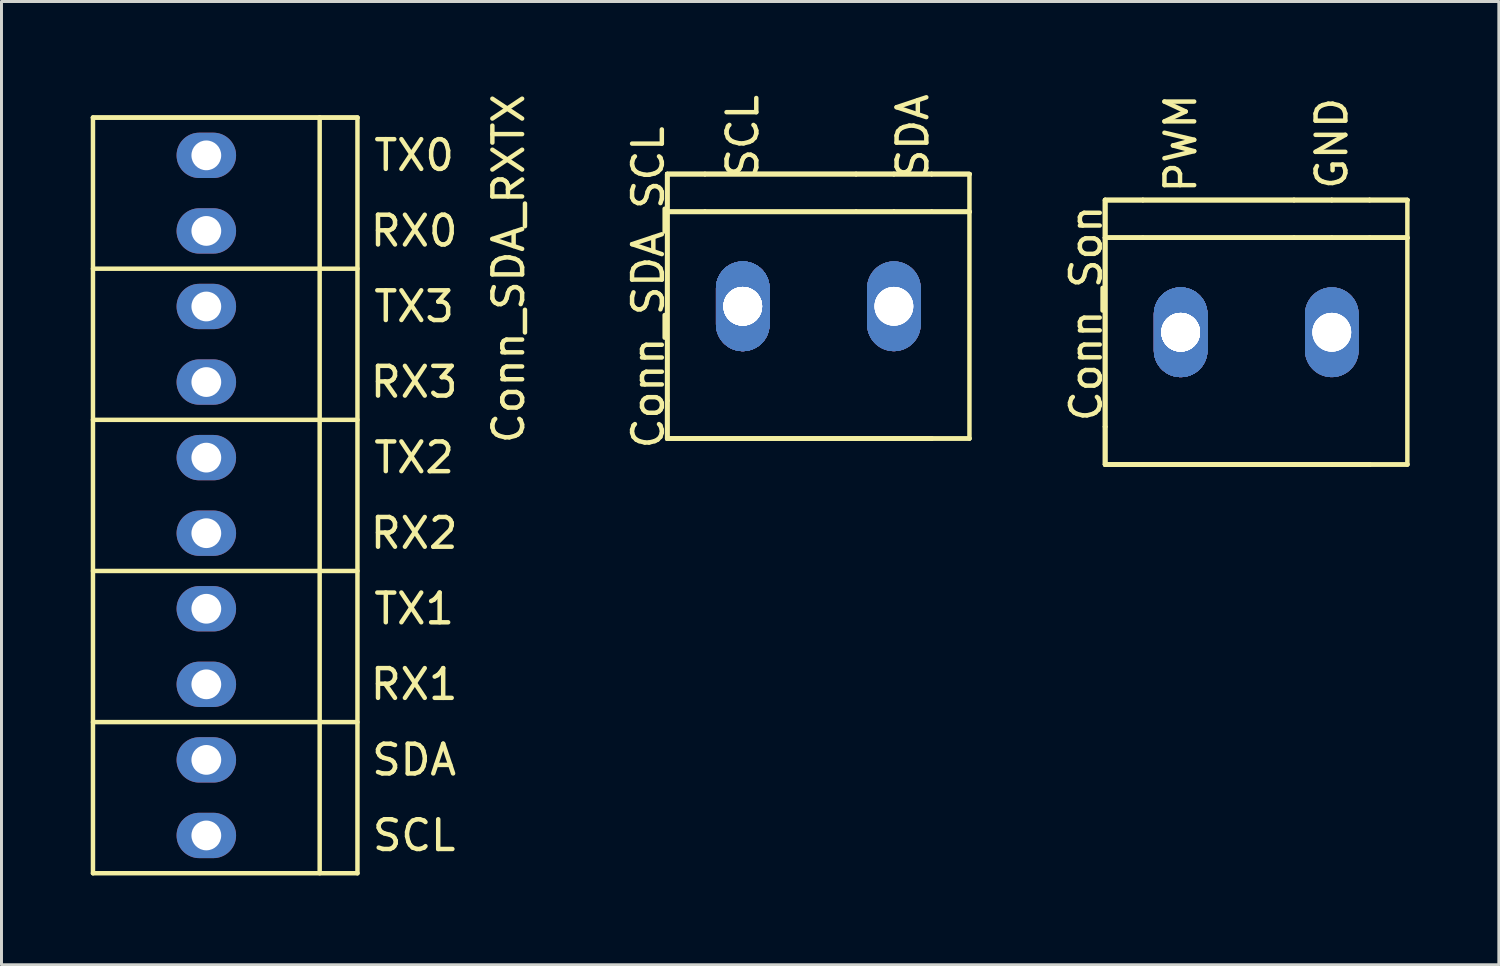
<source format=kicad_pcb>
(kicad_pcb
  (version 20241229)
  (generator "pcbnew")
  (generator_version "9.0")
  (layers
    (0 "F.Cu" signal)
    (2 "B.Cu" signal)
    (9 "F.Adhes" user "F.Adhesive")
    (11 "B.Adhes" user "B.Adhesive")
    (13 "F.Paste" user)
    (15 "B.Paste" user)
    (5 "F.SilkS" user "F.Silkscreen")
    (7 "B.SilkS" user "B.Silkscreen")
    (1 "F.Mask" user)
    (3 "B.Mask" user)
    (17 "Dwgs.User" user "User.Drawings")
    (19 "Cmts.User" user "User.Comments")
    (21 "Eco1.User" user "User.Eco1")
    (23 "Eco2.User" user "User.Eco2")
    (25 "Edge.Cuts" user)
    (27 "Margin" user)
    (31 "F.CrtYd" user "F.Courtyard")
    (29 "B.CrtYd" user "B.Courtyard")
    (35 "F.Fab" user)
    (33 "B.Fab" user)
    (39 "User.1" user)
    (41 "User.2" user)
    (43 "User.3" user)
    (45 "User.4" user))
  (footprint "Conn_SDA_SCL"
    (layer "F.Cu")
    (at 24.456 7.245)
    (property "Reference" "Conn_SDA_SCL" (at -5.715 -0.635 90) (layer "F.SilkS") (effects (font (size 1 1) (thickness 0.15))))
    (attr exclude_from_pos_files exclude_from_bom)
    (fp_line (start -5.08 -4.445) (end -3.81 -4.445) (stroke (width 0.15) (type solid)) (layer "F.SilkS"))
    (fp_line (start -5.08 -4.445) (end -3.81 -4.445) (stroke (width 0.15) (type solid)) (layer "F.SilkS"))
    (fp_line (start -5.08 -4.445) (end -3.81 -4.445) (stroke (width 0.15) (type solid)) (layer "F.SilkS"))
    (fp_line (start -5.08 -4.445) (end -3.81 -4.445) (stroke (width 0.15) (type solid)) (layer "F.SilkS"))
    (fp_line (start -5.08 -3.175) (end -5.08 -4.445) (stroke (width 0.15) (type solid)) (layer "F.SilkS"))
    (fp_line (start -5.08 -3.175) (end -5.08 -4.445) (stroke (width 0.15) (type solid)) (layer "F.SilkS"))
    (fp_line (start -5.08 -3.175) (end -5.08 -4.445) (stroke (width 0.15) (type solid)) (layer "F.SilkS"))
    (fp_line (start -5.08 -3.175) (end -5.08 -4.445) (stroke (width 0.15) (type solid)) (layer "F.SilkS"))
    (fp_line (start -5.08 -3.175) (end -5.08 3.175) (stroke (width 0.15) (type solid)) (layer "F.SilkS"))
    (fp_line (start -5.08 -3.175) (end -5.08 3.175) (stroke (width 0.15) (type solid)) (layer "F.SilkS"))
    (fp_line (start -5.08 -3.175) (end -5.08 3.175) (stroke (width 0.15) (type solid)) (layer "F.SilkS"))
    (fp_line (start -5.08 -3.175) (end -5.08 3.175) (stroke (width 0.15) (type solid)) (layer "F.SilkS"))
    (fp_line (start -5.08 -3.175) (end -3.81 -3.175) (stroke (width 0.15) (type solid)) (layer "F.SilkS"))
    (fp_line (start -5.08 -3.175) (end -3.81 -3.175) (stroke (width 0.15) (type solid)) (layer "F.SilkS"))
    (fp_line (start -5.08 -3.175) (end -3.81 -3.175) (stroke (width 0.15) (type solid)) (layer "F.SilkS"))
    (fp_line (start -5.08 -3.175) (end -3.81 -3.175) (stroke (width 0.15) (type solid)) (layer "F.SilkS"))
    (fp_line (start -5.08 4.445) (end -5.08 3.175) (stroke (width 0.15) (type solid)) (layer "F.SilkS"))
    (fp_line (start -5.08 4.445) (end -5.08 3.175) (stroke (width 0.15) (type solid)) (layer "F.SilkS"))
    (fp_line (start -5.08 4.445) (end -5.08 3.175) (stroke (width 0.15) (type solid)) (layer "F.SilkS"))
    (fp_line (start -5.08 4.445) (end -5.08 3.175) (stroke (width 0.15) (type solid)) (layer "F.SilkS"))
    (fp_line (start -3.81 -4.445) (end 1.27 -4.445) (stroke (width 0.15) (type solid)) (layer "F.SilkS"))
    (fp_line (start -3.81 -4.445) (end 1.27 -4.445) (stroke (width 0.15) (type solid)) (layer "F.SilkS"))
    (fp_line (start -3.81 -4.445) (end 1.27 -4.445) (stroke (width 0.15) (type solid)) (layer "F.SilkS"))
    (fp_line (start -3.81 -4.445) (end 1.27 -4.445) (stroke (width 0.15) (type solid)) (layer "F.SilkS"))
    (fp_line (start -3.81 4.445) (end -5.08 4.445) (stroke (width 0.15) (type solid)) (layer "F.SilkS"))
    (fp_line (start -3.81 4.445) (end -5.08 4.445) (stroke (width 0.15) (type solid)) (layer "F.SilkS"))
    (fp_line (start -3.81 4.445) (end -5.08 4.445) (stroke (width 0.15) (type solid)) (layer "F.SilkS"))
    (fp_line (start -3.81 4.445) (end -5.08 4.445) (stroke (width 0.15) (type solid)) (layer "F.SilkS"))
    (fp_line (start 1.27 -4.445) (end 2.54 -4.445) (stroke (width 0.15) (type solid)) (layer "F.SilkS"))
    (fp_line (start 1.27 -4.445) (end 2.54 -4.445) (stroke (width 0.15) (type solid)) (layer "F.SilkS"))
    (fp_line (start 1.27 -4.445) (end 2.54 -4.445) (stroke (width 0.15) (type solid)) (layer "F.SilkS"))
    (fp_line (start 1.27 -4.445) (end 2.54 -4.445) (stroke (width 0.15) (type solid)) (layer "F.SilkS"))
    (fp_line (start 1.27 -3.175) (end -3.81 -3.175) (stroke (width 0.15) (type solid)) (layer "F.SilkS"))
    (fp_line (start 1.27 -3.175) (end -3.81 -3.175) (stroke (width 0.15) (type solid)) (layer "F.SilkS"))
    (fp_line (start 1.27 -3.175) (end -3.81 -3.175) (stroke (width 0.15) (type solid)) (layer "F.SilkS"))
    (fp_line (start 1.27 -3.175) (end -3.81 -3.175) (stroke (width 0.15) (type solid)) (layer "F.SilkS"))
    (fp_line (start 1.27 -3.175) (end 2.54 -3.175) (stroke (width 0.15) (type solid)) (layer "F.SilkS"))
    (fp_line (start 1.27 -3.175) (end 2.54 -3.175) (stroke (width 0.15) (type solid)) (layer "F.SilkS"))
    (fp_line (start 1.27 -3.175) (end 2.54 -3.175) (stroke (width 0.15) (type solid)) (layer "F.SilkS"))
    (fp_line (start 1.27 -3.175) (end 2.54 -3.175) (stroke (width 0.15) (type solid)) (layer "F.SilkS"))
    (fp_line (start 1.27 4.445) (end -3.81 4.445) (stroke (width 0.15) (type solid)) (layer "F.SilkS"))
    (fp_line (start 1.27 4.445) (end -3.81 4.445) (stroke (width 0.15) (type solid)) (layer "F.SilkS"))
    (fp_line (start 1.27 4.445) (end -3.81 4.445) (stroke (width 0.15) (type solid)) (layer "F.SilkS"))
    (fp_line (start 1.27 4.445) (end -3.81 4.445) (stroke (width 0.15) (type solid)) (layer "F.SilkS"))
    (fp_line (start 1.27 4.445) (end 2.54 4.445) (stroke (width 0.15) (type solid)) (layer "F.SilkS"))
    (fp_line (start 1.27 4.445) (end 2.54 4.445) (stroke (width 0.15) (type solid)) (layer "F.SilkS"))
    (fp_line (start 1.27 4.445) (end 2.54 4.445) (stroke (width 0.15) (type solid)) (layer "F.SilkS"))
    (fp_line (start 1.27 4.445) (end 2.54 4.445) (stroke (width 0.15) (type solid)) (layer "F.SilkS"))
    (fp_line (start 2.54 -4.445) (end 3.81 -4.445) (stroke (width 0.15) (type solid)) (layer "F.SilkS"))
    (fp_line (start 2.54 -4.445) (end 3.81 -4.445) (stroke (width 0.15) (type solid)) (layer "F.SilkS"))
    (fp_line (start 2.54 -4.445) (end 3.81 -4.445) (stroke (width 0.15) (type solid)) (layer "F.SilkS"))
    (fp_line (start 2.54 -4.445) (end 3.81 -4.445) (stroke (width 0.15) (type solid)) (layer "F.SilkS"))
    (fp_line (start 2.54 -3.175) (end 3.81 -3.175) (stroke (width 0.15) (type solid)) (layer "F.SilkS"))
    (fp_line (start 2.54 -3.175) (end 3.81 -3.175) (stroke (width 0.15) (type solid)) (layer "F.SilkS"))
    (fp_line (start 2.54 -3.175) (end 3.81 -3.175) (stroke (width 0.15) (type solid)) (layer "F.SilkS"))
    (fp_line (start 2.54 -3.175) (end 3.81 -3.175) (stroke (width 0.15) (type solid)) (layer "F.SilkS"))
    (fp_line (start 2.54 4.445) (end 3.81 4.445) (stroke (width 0.15) (type solid)) (layer "F.SilkS"))
    (fp_line (start 2.54 4.445) (end 3.81 4.445) (stroke (width 0.15) (type solid)) (layer "F.SilkS"))
    (fp_line (start 2.54 4.445) (end 3.81 4.445) (stroke (width 0.15) (type solid)) (layer "F.SilkS"))
    (fp_line (start 2.54 4.445) (end 3.81 4.445) (stroke (width 0.15) (type solid)) (layer "F.SilkS"))
    (fp_line (start 3.81 -4.445) (end 5.08 -4.445) (stroke (width 0.15) (type solid)) (layer "F.SilkS"))
    (fp_line (start 3.81 -4.445) (end 5.08 -4.445) (stroke (width 0.15) (type solid)) (layer "F.SilkS"))
    (fp_line (start 3.81 -4.445) (end 5.08 -4.445) (stroke (width 0.15) (type solid)) (layer "F.SilkS"))
    (fp_line (start 3.81 -4.445) (end 5.08 -4.445) (stroke (width 0.15) (type solid)) (layer "F.SilkS"))
    (fp_line (start 3.81 -3.175) (end 5.08 -3.175) (stroke (width 0.15) (type solid)) (layer "F.SilkS"))
    (fp_line (start 3.81 -3.175) (end 5.08 -3.175) (stroke (width 0.15) (type solid)) (layer "F.SilkS"))
    (fp_line (start 3.81 -3.175) (end 5.08 -3.175) (stroke (width 0.15) (type solid)) (layer "F.SilkS"))
    (fp_line (start 3.81 -3.175) (end 5.08 -3.175) (stroke (width 0.15) (type solid)) (layer "F.SilkS"))
    (fp_line (start 5.08 -4.445) (end 5.08 4.445) (stroke (width 0.15) (type solid)) (layer "F.SilkS"))
    (fp_line (start 5.08 4.445) (end 3.81 4.445) (stroke (width 0.15) (type solid)) (layer "F.SilkS"))
    (fp_line (start 5.08 4.445) (end 3.81 4.445) (stroke (width 0.15) (type solid)) (layer "F.SilkS"))
    (fp_text user "SDA" (at 3.175 -5.715 90) (layer "F.SilkS") (effects (font (size 1 1) (thickness 0.15))))
    (fp_text user "SCL" (at -2.54 -5.715 90) (layer "F.SilkS") (effects (font (size 1 1) (thickness 0.15))))
    (pad "1" thru_hole oval (at -2.54 0) (size 1.8 3.015) (drill 1.3) (layers "*.Cu" "*.Mask"))
    (pad "1" thru_hole oval (at -2.54 0) (size 1.8 3.015) (drill 1.3) (layers "*.Cu" "*.Mask"))
    (pad "1" thru_hole oval (at -2.54 0) (size 1.8 3.015) (drill 1.3) (layers "*.Cu" "*.Mask"))
    (pad "1" thru_hole oval (at -2.54 0) (size 1.8 3.015) (drill 1.3) (layers "*.Cu" "*.Mask"))
    (pad "1" thru_hole oval (at -2.54 0) (size 1.8 3.015) (drill 1.3) (layers "*.Cu" "*.Mask"))
    (pad "1" thru_hole oval (at -2.54 0) (size 1.8 3.015) (drill 1.3) (layers "*.Cu" "*.Mask"))
    (pad "1" thru_hole oval (at -2.54 0) (size 1.8 3.015) (drill 1.3) (layers "*.Cu" "*.Mask"))
    (pad "1" thru_hole oval (at -2.54 0) (size 1.8 3.015) (drill 1.3) (layers "*.Cu" "*.Mask"))
    (pad "2" thru_hole oval (at 2.54 0) (size 1.8 3.015) (drill 1.3) (layers "*.Cu" "*.Mask"))
    (pad "2" thru_hole oval (at 2.54 0) (size 1.8 3.015) (drill 1.3) (layers "*.Cu" "*.Mask"))
    (pad "2" thru_hole oval (at 2.54 0) (size 1.8 3.015) (drill 1.3) (layers "*.Cu" "*.Mask"))
    (pad "2" thru_hole oval (at 2.54 0) (size 1.8 3.015) (drill 1.3) (layers "*.Cu" "*.Mask")))
  (footprint "Conn_Son"
    (layer "F.Cu")
    (at 39.175 8.118)
    (property "Reference" "Conn_Son" (at -5.715 -0.635 90) (layer "F.SilkS") (effects (font (size 1 1) (thickness 0.15))))
    (attr exclude_from_pos_files exclude_from_bom)
    (fp_line (start -5.08 -4.445) (end -3.81 -4.445) (stroke (width 0.15) (type solid)) (layer "F.SilkS"))
    (fp_line (start -5.08 -4.445) (end -3.81 -4.445) (stroke (width 0.15) (type solid)) (layer "F.SilkS"))
    (fp_line (start -5.08 -4.445) (end -3.81 -4.445) (stroke (width 0.15) (type solid)) (layer "F.SilkS"))
    (fp_line (start -5.08 -4.445) (end -3.81 -4.445) (stroke (width 0.15) (type solid)) (layer "F.SilkS"))
    (fp_line (start -5.08 -3.175) (end -5.08 -4.445) (stroke (width 0.15) (type solid)) (layer "F.SilkS"))
    (fp_line (start -5.08 -3.175) (end -5.08 -4.445) (stroke (width 0.15) (type solid)) (layer "F.SilkS"))
    (fp_line (start -5.08 -3.175) (end -5.08 -4.445) (stroke (width 0.15) (type solid)) (layer "F.SilkS"))
    (fp_line (start -5.08 -3.175) (end -5.08 -4.445) (stroke (width 0.15) (type solid)) (layer "F.SilkS"))
    (fp_line (start -5.08 -3.175) (end -5.08 3.175) (stroke (width 0.15) (type solid)) (layer "F.SilkS"))
    (fp_line (start -5.08 -3.175) (end -5.08 3.175) (stroke (width 0.15) (type solid)) (layer "F.SilkS"))
    (fp_line (start -5.08 -3.175) (end -5.08 3.175) (stroke (width 0.15) (type solid)) (layer "F.SilkS"))
    (fp_line (start -5.08 -3.175) (end -5.08 3.175) (stroke (width 0.15) (type solid)) (layer "F.SilkS"))
    (fp_line (start -5.08 -3.175) (end -3.81 -3.175) (stroke (width 0.15) (type solid)) (layer "F.SilkS"))
    (fp_line (start -5.08 -3.175) (end -3.81 -3.175) (stroke (width 0.15) (type solid)) (layer "F.SilkS"))
    (fp_line (start -5.08 -3.175) (end -3.81 -3.175) (stroke (width 0.15) (type solid)) (layer "F.SilkS"))
    (fp_line (start -5.08 -3.175) (end -3.81 -3.175) (stroke (width 0.15) (type solid)) (layer "F.SilkS"))
    (fp_line (start -5.08 4.445) (end -5.08 3.175) (stroke (width 0.15) (type solid)) (layer "F.SilkS"))
    (fp_line (start -5.08 4.445) (end -5.08 3.175) (stroke (width 0.15) (type solid)) (layer "F.SilkS"))
    (fp_line (start -5.08 4.445) (end -5.08 3.175) (stroke (width 0.15) (type solid)) (layer "F.SilkS"))
    (fp_line (start -5.08 4.445) (end -5.08 3.175) (stroke (width 0.15) (type solid)) (layer "F.SilkS"))
    (fp_line (start -3.81 -4.445) (end 1.27 -4.445) (stroke (width 0.15) (type solid)) (layer "F.SilkS"))
    (fp_line (start -3.81 -4.445) (end 1.27 -4.445) (stroke (width 0.15) (type solid)) (layer "F.SilkS"))
    (fp_line (start -3.81 -4.445) (end 1.27 -4.445) (stroke (width 0.15) (type solid)) (layer "F.SilkS"))
    (fp_line (start -3.81 -4.445) (end 1.27 -4.445) (stroke (width 0.15) (type solid)) (layer "F.SilkS"))
    (fp_line (start -3.81 4.445) (end -5.08 4.445) (stroke (width 0.15) (type solid)) (layer "F.SilkS"))
    (fp_line (start -3.81 4.445) (end -5.08 4.445) (stroke (width 0.15) (type solid)) (layer "F.SilkS"))
    (fp_line (start -3.81 4.445) (end -5.08 4.445) (stroke (width 0.15) (type solid)) (layer "F.SilkS"))
    (fp_line (start -3.81 4.445) (end -5.08 4.445) (stroke (width 0.15) (type solid)) (layer "F.SilkS"))
    (fp_line (start 1.27 -4.445) (end 2.54 -4.445) (stroke (width 0.15) (type solid)) (layer "F.SilkS"))
    (fp_line (start 1.27 -4.445) (end 2.54 -4.445) (stroke (width 0.15) (type solid)) (layer "F.SilkS"))
    (fp_line (start 1.27 -4.445) (end 2.54 -4.445) (stroke (width 0.15) (type solid)) (layer "F.SilkS"))
    (fp_line (start 1.27 -4.445) (end 2.54 -4.445) (stroke (width 0.15) (type solid)) (layer "F.SilkS"))
    (fp_line (start 1.27 -3.175) (end -3.81 -3.175) (stroke (width 0.15) (type solid)) (layer "F.SilkS"))
    (fp_line (start 1.27 -3.175) (end -3.81 -3.175) (stroke (width 0.15) (type solid)) (layer "F.SilkS"))
    (fp_line (start 1.27 -3.175) (end -3.81 -3.175) (stroke (width 0.15) (type solid)) (layer "F.SilkS"))
    (fp_line (start 1.27 -3.175) (end -3.81 -3.175) (stroke (width 0.15) (type solid)) (layer "F.SilkS"))
    (fp_line (start 1.27 -3.175) (end 2.54 -3.175) (stroke (width 0.15) (type solid)) (layer "F.SilkS"))
    (fp_line (start 1.27 -3.175) (end 2.54 -3.175) (stroke (width 0.15) (type solid)) (layer "F.SilkS"))
    (fp_line (start 1.27 -3.175) (end 2.54 -3.175) (stroke (width 0.15) (type solid)) (layer "F.SilkS"))
    (fp_line (start 1.27 -3.175) (end 2.54 -3.175) (stroke (width 0.15) (type solid)) (layer "F.SilkS"))
    (fp_line (start 1.27 4.445) (end -3.81 4.445) (stroke (width 0.15) (type solid)) (layer "F.SilkS"))
    (fp_line (start 1.27 4.445) (end -3.81 4.445) (stroke (width 0.15) (type solid)) (layer "F.SilkS"))
    (fp_line (start 1.27 4.445) (end -3.81 4.445) (stroke (width 0.15) (type solid)) (layer "F.SilkS"))
    (fp_line (start 1.27 4.445) (end -3.81 4.445) (stroke (width 0.15) (type solid)) (layer "F.SilkS"))
    (fp_line (start 1.27 4.445) (end 2.54 4.445) (stroke (width 0.15) (type solid)) (layer "F.SilkS"))
    (fp_line (start 1.27 4.445) (end 2.54 4.445) (stroke (width 0.15) (type solid)) (layer "F.SilkS"))
    (fp_line (start 1.27 4.445) (end 2.54 4.445) (stroke (width 0.15) (type solid)) (layer "F.SilkS"))
    (fp_line (start 1.27 4.445) (end 2.54 4.445) (stroke (width 0.15) (type solid)) (layer "F.SilkS"))
    (fp_line (start 2.54 -4.445) (end 3.81 -4.445) (stroke (width 0.15) (type solid)) (layer "F.SilkS"))
    (fp_line (start 2.54 -4.445) (end 3.81 -4.445) (stroke (width 0.15) (type solid)) (layer "F.SilkS"))
    (fp_line (start 2.54 -4.445) (end 3.81 -4.445) (stroke (width 0.15) (type solid)) (layer "F.SilkS"))
    (fp_line (start 2.54 -4.445) (end 3.81 -4.445) (stroke (width 0.15) (type solid)) (layer "F.SilkS"))
    (fp_line (start 2.54 -3.175) (end 3.81 -3.175) (stroke (width 0.15) (type solid)) (layer "F.SilkS"))
    (fp_line (start 2.54 -3.175) (end 3.81 -3.175) (stroke (width 0.15) (type solid)) (layer "F.SilkS"))
    (fp_line (start 2.54 -3.175) (end 3.81 -3.175) (stroke (width 0.15) (type solid)) (layer "F.SilkS"))
    (fp_line (start 2.54 -3.175) (end 3.81 -3.175) (stroke (width 0.15) (type solid)) (layer "F.SilkS"))
    (fp_line (start 2.54 4.445) (end 3.81 4.445) (stroke (width 0.15) (type solid)) (layer "F.SilkS"))
    (fp_line (start 2.54 4.445) (end 3.81 4.445) (stroke (width 0.15) (type solid)) (layer "F.SilkS"))
    (fp_line (start 2.54 4.445) (end 3.81 4.445) (stroke (width 0.15) (type solid)) (layer "F.SilkS"))
    (fp_line (start 2.54 4.445) (end 3.81 4.445) (stroke (width 0.15) (type solid)) (layer "F.SilkS"))
    (fp_line (start 3.81 -4.445) (end 5.08 -4.445) (stroke (width 0.15) (type solid)) (layer "F.SilkS"))
    (fp_line (start 3.81 -4.445) (end 5.08 -4.445) (stroke (width 0.15) (type solid)) (layer "F.SilkS"))
    (fp_line (start 3.81 -4.445) (end 5.08 -4.445) (stroke (width 0.15) (type solid)) (layer "F.SilkS"))
    (fp_line (start 3.81 -4.445) (end 5.08 -4.445) (stroke (width 0.15) (type solid)) (layer "F.SilkS"))
    (fp_line (start 3.81 -3.175) (end 5.08 -3.175) (stroke (width 0.15) (type solid)) (layer "F.SilkS"))
    (fp_line (start 3.81 -3.175) (end 5.08 -3.175) (stroke (width 0.15) (type solid)) (layer "F.SilkS"))
    (fp_line (start 3.81 -3.175) (end 5.08 -3.175) (stroke (width 0.15) (type solid)) (layer "F.SilkS"))
    (fp_line (start 3.81 -3.175) (end 5.08 -3.175) (stroke (width 0.15) (type solid)) (layer "F.SilkS"))
    (fp_line (start 5.08 -4.445) (end 5.08 4.445) (stroke (width 0.15) (type solid)) (layer "F.SilkS"))
    (fp_line (start 5.08 4.445) (end 3.81 4.445) (stroke (width 0.15) (type solid)) (layer "F.SilkS"))
    (fp_line (start 5.08 4.445) (end 3.81 4.445) (stroke (width 0.15) (type solid)) (layer "F.SilkS"))
    (fp_text user "GND" (at 2.54 -6.35 90) (layer "F.SilkS") (effects (font (size 1 1) (thickness 0.15))))
    (fp_text user "PWM" (at -2.54 -6.35 90) (layer "F.SilkS") (effects (font (size 1 1) (thickness 0.15))))
    (pad "1" thru_hole oval (at -2.54 0) (size 1.8 3.015) (drill 1.3) (layers "*.Cu" "*.Mask"))
    (pad "1" thru_hole oval (at -2.54 0) (size 1.8 3.015) (drill 1.3) (layers "*.Cu" "*.Mask"))
    (pad "1" thru_hole oval (at -2.54 0) (size 1.8 3.015) (drill 1.3) (layers "*.Cu" "*.Mask"))
    (pad "1" thru_hole oval (at -2.54 0) (size 1.8 3.015) (drill 1.3) (layers "*.Cu" "*.Mask"))
    (pad "1" thru_hole oval (at -2.54 0) (size 1.8 3.015) (drill 1.3) (layers "*.Cu" "*.Mask"))
    (pad "1" thru_hole oval (at -2.54 0) (size 1.8 3.015) (drill 1.3) (layers "*.Cu" "*.Mask"))
    (pad "1" thru_hole oval (at -2.54 0) (size 1.8 3.015) (drill 1.3) (layers "*.Cu" "*.Mask"))
    (pad "1" thru_hole oval (at -2.54 0) (size 1.8 3.015) (drill 1.3) (layers "*.Cu" "*.Mask"))
    (pad "2" thru_hole oval (at 2.54 0) (size 1.8 3.015) (drill 1.3) (layers "*.Cu" "*.Mask"))
    (pad "2" thru_hole oval (at 2.54 0) (size 1.8 3.015) (drill 1.3) (layers "*.Cu" "*.Mask"))
    (pad "2" thru_hole oval (at 2.54 0) (size 1.8 3.015) (drill 1.3) (layers "*.Cu" "*.Mask"))
    (pad "2" thru_hole oval (at 2.54 0) (size 1.8 3.015) (drill 1.3) (layers "*.Cu" "*.Mask")))
  (footprint "Conn_SDA_RXTX"
    (layer "F.Cu")
    (at 9.6 13.602)
    (property "Reference" "Conn_SDA_RXTX" (at 4.445 -7.62 90) (layer "F.SilkS") (effects (font (size 1 1) (thickness 0.15))))
    (attr exclude_from_pos_files exclude_from_bom)
    (fp_line (start -9.525 -12.7) (end -1.905 -12.7) (stroke (width 0.15) (type solid)) (layer "F.SilkS"))
    (fp_line (start -9.525 -2.54) (end -0.635 -2.54) (stroke (width 0.15) (type solid)) (layer "F.SilkS"))
    (fp_line (start -9.525 12.7) (end -9.525 -12.7) (stroke (width 0.15) (type solid)) (layer "F.SilkS"))
    (fp_line (start -1.905 -12.7) (end -1.905 12.7) (stroke (width 0.15) (type solid)) (layer "F.SilkS"))
    (fp_line (start -1.905 -12.7) (end -0.635 -12.7) (stroke (width 0.15) (type solid)) (layer "F.SilkS"))
    (fp_line (start -0.635 -12.7) (end -9.525 -12.7) (stroke (width 0.15) (type solid)) (layer "F.SilkS"))
    (fp_line (start -0.635 -12.7) (end -0.635 12.7) (stroke (width 0.15) (type solid)) (layer "F.SilkS"))
    (fp_line (start -0.635 -7.62) (end -9.525 -7.62) (stroke (width 0.15) (type solid)) (layer "F.SilkS"))
    (fp_line (start -0.635 2.54) (end -9.525 2.54) (stroke (width 0.15) (type solid)) (layer "F.SilkS"))
    (fp_line (start -0.635 7.62) (end -9.525 7.62) (stroke (width 0.15) (type solid)) (layer "F.SilkS"))
    (fp_line (start -0.635 12.7) (end -9.525 12.7) (stroke (width 0.15) (type solid)) (layer "F.SilkS"))
    (fp_text user "TX3" (at 1.27 -6.35 0) (layer "F.SilkS") (effects (font (size 1 1) (thickness 0.15))))
    (fp_text user "SDA" (at 1.27 8.89 0) (layer "F.SilkS") (effects (font (size 1 1) (thickness 0.15))))
    (fp_text user "RX1" (at 1.27 6.35 0) (layer "F.SilkS") (effects (font (size 1 1) (thickness 0.15))))
    (fp_text user "RX3" (at 1.27 -3.81 0) (layer "F.SilkS") (effects (font (size 1 1) (thickness 0.15))))
    (fp_text user "TX0" (at 1.27 -11.43 0) (layer "F.SilkS") (effects (font (size 1 1) (thickness 0.15))))
    (fp_text user "RX2" (at 1.27 1.27 0) (layer "F.SilkS") (effects (font (size 1 1) (thickness 0.15))))
    (fp_text user "RX0" (at 1.27 -8.89 0) (layer "F.SilkS") (effects (font (size 1 1) (thickness 0.15))))
    (fp_text user "TX2" (at 1.27 -1.27 0) (layer "F.SilkS") (effects (font (size 1 1) (thickness 0.15))))
    (fp_text user "SCL" (at 1.27 11.43 0) (layer "F.SilkS") (effects (font (size 1 1) (thickness 0.15))))
    (fp_text user "TX1" (at 1.27 3.81 0) (layer "F.SilkS") (effects (font (size 1 1) (thickness 0.15))))
    (pad "1" thru_hole oval (at -5.715 -11.43) (size 2 1.524) (drill 1) (layers "*.Cu" "*.Mask"))
    (pad "2" thru_hole oval (at -5.715 -8.89) (size 2 1.524) (drill 1) (layers "*.Cu" "*.Mask"))
    (pad "3" thru_hole oval (at -5.715 -6.35) (size 2 1.524) (drill 1) (layers "*.Cu" "*.Mask"))
    (pad "4" thru_hole oval (at -5.715 -3.81) (size 2 1.524) (drill 1) (layers "*.Cu" "*.Mask"))
    (pad "5" thru_hole oval (at -5.715 -1.27) (size 2 1.524) (drill 1) (layers "*.Cu" "*.Mask"))
    (pad "6" thru_hole oval (at -5.715 1.27) (size 2 1.524) (drill 1) (layers "*.Cu" "*.Mask"))
    (pad "7" thru_hole oval (at -5.715 3.81) (size 2 1.524) (drill 1) (layers "*.Cu" "*.Mask"))
    (pad "8" thru_hole oval (at -5.715 6.35) (size 2 1.524) (drill 1) (layers "*.Cu" "*.Mask"))
    (pad "9" thru_hole oval (at -5.715 8.89) (size 2 1.524) (drill 1) (layers "*.Cu" "*.Mask"))
    (pad "10" thru_hole oval (at -5.715 11.43) (size 2 1.524) (drill 1) (layers "*.Cu" "*.Mask")))
  (gr_rect
    (start -3 -3)
    (end 47.33 29.377)
    (stroke (width 0.1) (type default))
    (fill no)
    (layer "Edge.Cuts")))
</source>
